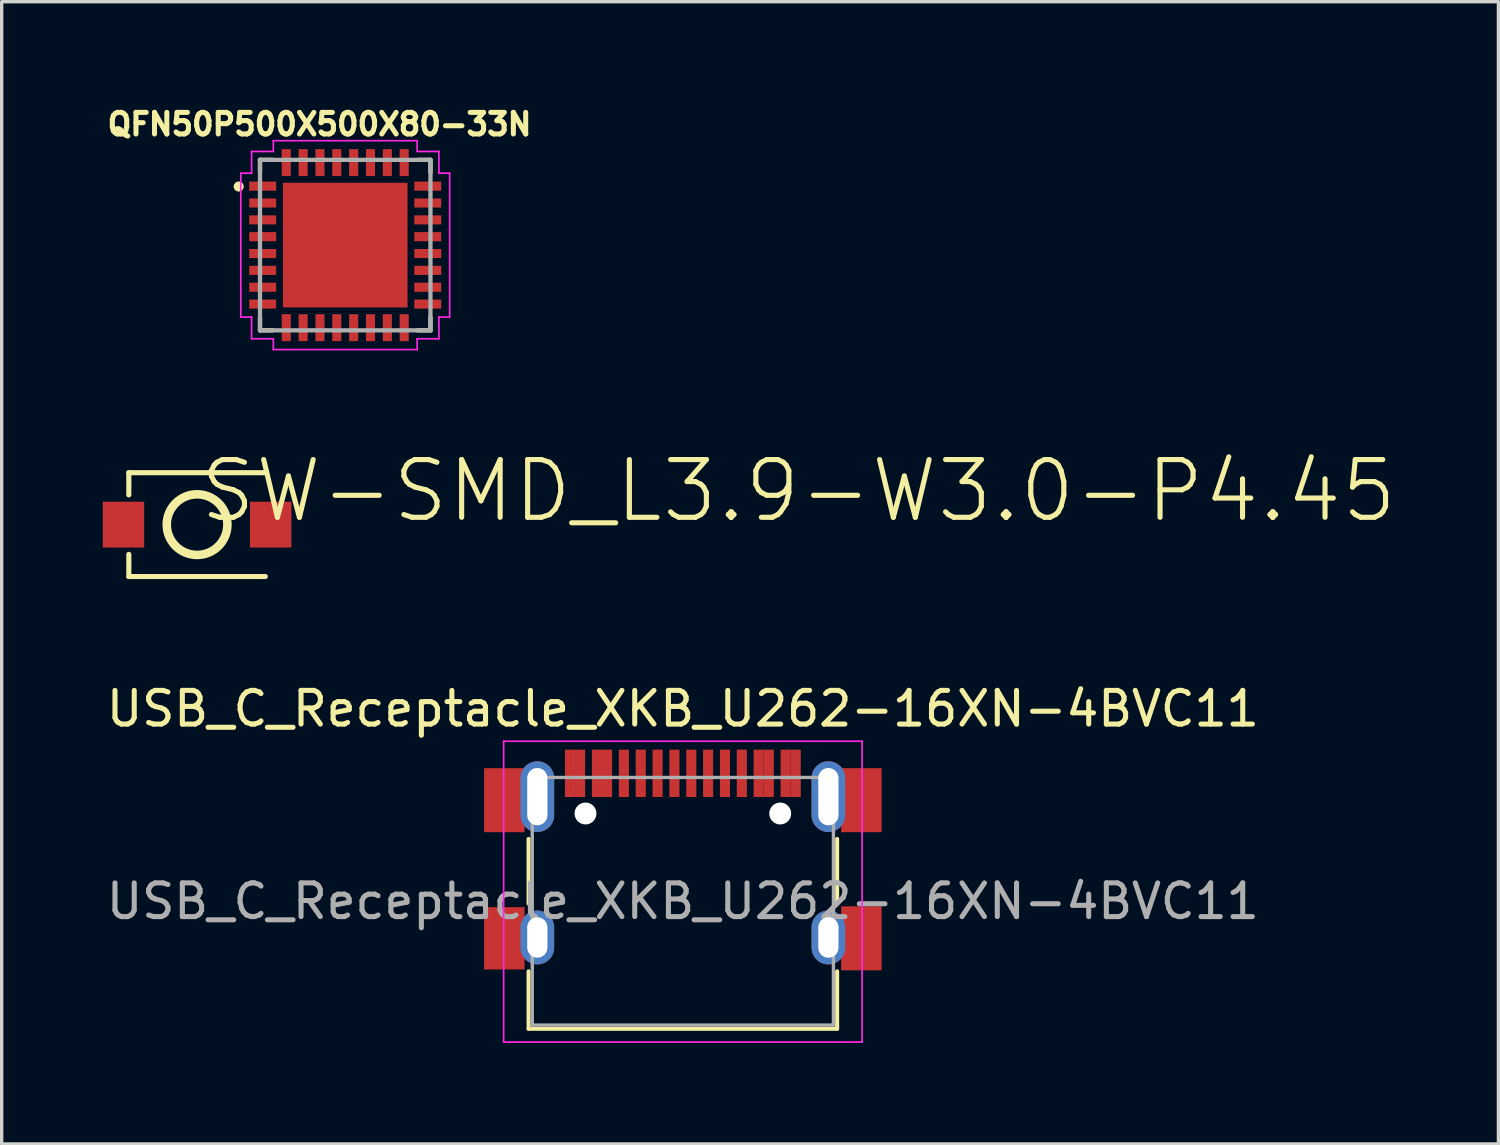
<source format=kicad_pcb>
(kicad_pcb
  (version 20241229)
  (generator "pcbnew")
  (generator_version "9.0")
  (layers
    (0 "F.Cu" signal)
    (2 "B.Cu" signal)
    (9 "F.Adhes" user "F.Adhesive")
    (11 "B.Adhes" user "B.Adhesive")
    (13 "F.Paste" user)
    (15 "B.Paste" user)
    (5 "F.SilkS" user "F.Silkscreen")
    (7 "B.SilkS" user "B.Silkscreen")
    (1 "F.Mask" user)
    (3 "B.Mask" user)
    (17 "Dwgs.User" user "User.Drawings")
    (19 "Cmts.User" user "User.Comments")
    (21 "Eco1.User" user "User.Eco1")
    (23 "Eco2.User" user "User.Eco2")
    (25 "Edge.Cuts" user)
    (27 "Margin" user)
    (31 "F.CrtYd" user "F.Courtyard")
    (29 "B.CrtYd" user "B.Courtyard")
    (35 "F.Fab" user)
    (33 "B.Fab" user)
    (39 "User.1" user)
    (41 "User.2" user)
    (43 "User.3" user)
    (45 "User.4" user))
  (footprint "QFN50P500X500X80-33N"
    (layer "F.Cu")
    (at 7.198 4.226)
    (property "Reference" "QFN50P500X500X80-33N" (at -0.763 -3.588 0) (layer "F.SilkS") (effects (font (size 0.641 0.641) (thickness 0.15))))
    (attr smd)
    (fp_line (start -2.53 -2.53) (end -2.156 -2.53) (stroke (width 0.127) (type solid)) (layer "F.SilkS"))
    (fp_line (start -2.53 -2.156) (end -2.53 -2.53) (stroke (width 0.127) (type solid)) (layer "F.SilkS"))
    (fp_line (start -2.53 2.53) (end -2.53 2.156) (stroke (width 0.127) (type solid)) (layer "F.SilkS"))
    (fp_line (start -2.156 2.53) (end -2.53 2.53) (stroke (width 0.127) (type solid)) (layer "F.SilkS"))
    (fp_line (start 2.156 -2.53) (end 2.53 -2.53) (stroke (width 0.127) (type solid)) (layer "F.SilkS"))
    (fp_line (start 2.53 -2.53) (end 2.53 -2.156) (stroke (width 0.127) (type solid)) (layer "F.SilkS"))
    (fp_line (start 2.53 2.156) (end 2.53 2.53) (stroke (width 0.127) (type solid)) (layer "F.SilkS"))
    (fp_line (start 2.53 2.53) (end 2.156 2.53) (stroke (width 0.127) (type solid)) (layer "F.SilkS"))
    (fp_circle (center -3.163 -1.739) (end -3.087 -1.739) (stroke (width 0.15) (type solid)) (fill no) (layer "F.SilkS"))
    (fp_poly (pts (xy -1.172 -1.17) (xy 1.17 -1.17) (xy 1.17 1.172) (xy -1.172 1.172)) (stroke (width 0.01) (type solid)) (fill yes) (layer "F.Paste"))
    (fp_line (start -3.1 -2.135) (end -2.78 -2.135) (stroke (width 0.05) (type solid)) (layer "F.CrtYd"))
    (fp_line (start -3.1 2.135) (end -3.1 -2.135) (stroke (width 0.05) (type solid)) (layer "F.CrtYd"))
    (fp_line (start -2.78 -2.78) (end -2.135 -2.78) (stroke (width 0.05) (type solid)) (layer "F.CrtYd"))
    (fp_line (start -2.78 -2.135) (end -2.78 -2.78) (stroke (width 0.05) (type solid)) (layer "F.CrtYd"))
    (fp_line (start -2.78 2.135) (end -3.1 2.135) (stroke (width 0.05) (type solid)) (layer "F.CrtYd"))
    (fp_line (start -2.78 2.78) (end -2.78 2.135) (stroke (width 0.05) (type solid)) (layer "F.CrtYd"))
    (fp_line (start -2.135 -3.1) (end 2.135 -3.1) (stroke (width 0.05) (type solid)) (layer "F.CrtYd"))
    (fp_line (start -2.135 -2.78) (end -2.135 -3.1) (stroke (width 0.05) (type solid)) (layer "F.CrtYd"))
    (fp_line (start -2.135 2.78) (end -2.78 2.78) (stroke (width 0.05) (type solid)) (layer "F.CrtYd"))
    (fp_line (start -2.135 3.1) (end -2.135 2.78) (stroke (width 0.05) (type solid)) (layer "F.CrtYd"))
    (fp_line (start 2.135 -3.1) (end 2.135 -2.78) (stroke (width 0.05) (type solid)) (layer "F.CrtYd"))
    (fp_line (start 2.135 -2.78) (end 2.78 -2.78) (stroke (width 0.05) (type solid)) (layer "F.CrtYd"))
    (fp_line (start 2.135 2.78) (end 2.135 3.1) (stroke (width 0.05) (type solid)) (layer "F.CrtYd"))
    (fp_line (start 2.135 3.1) (end -2.135 3.1) (stroke (width 0.05) (type solid)) (layer "F.CrtYd"))
    (fp_line (start 2.78 -2.78) (end 2.78 -2.135) (stroke (width 0.05) (type solid)) (layer "F.CrtYd"))
    (fp_line (start 2.78 -2.135) (end 3.1 -2.135) (stroke (width 0.05) (type solid)) (layer "F.CrtYd"))
    (fp_line (start 2.78 2.135) (end 2.78 2.78) (stroke (width 0.05) (type solid)) (layer "F.CrtYd"))
    (fp_line (start 2.78 2.78) (end 2.135 2.78) (stroke (width 0.05) (type solid)) (layer "F.CrtYd"))
    (fp_line (start 3.1 -2.135) (end 3.1 2.135) (stroke (width 0.05) (type solid)) (layer "F.CrtYd"))
    (fp_line (start 3.1 2.135) (end 2.78 2.135) (stroke (width 0.05) (type solid)) (layer "F.CrtYd"))
    (fp_line (start -2.53 -2.53) (end -2.53 2.53) (stroke (width 0.127) (type solid)) (layer "F.Fab"))
    (fp_line (start -2.53 2.53) (end 2.53 2.53) (stroke (width 0.127) (type solid)) (layer "F.Fab"))
    (fp_line (start 2.53 -2.53) (end -2.53 -2.53) (stroke (width 0.127) (type solid)) (layer "F.Fab"))
    (fp_line (start 2.53 2.53) (end 2.53 -2.53) (stroke (width 0.127) (type solid)) (layer "F.Fab"))
    (pad "1" smd roundrect (at -2.45 -1.75) (size 0.8 0.27) (layers "F.Cu" "F.Mask" "F.Paste") (roundrect_rratio 0.02))
    (pad "2" smd roundrect (at -2.45 -1.25) (size 0.8 0.27) (layers "F.Cu" "F.Mask" "F.Paste") (roundrect_rratio 0.02))
    (pad "3" smd roundrect (at -2.45 -0.75) (size 0.8 0.27) (layers "F.Cu" "F.Mask" "F.Paste") (roundrect_rratio 0.02))
    (pad "4" smd roundrect (at -2.45 -0.25) (size 0.8 0.27) (layers "F.Cu" "F.Mask" "F.Paste") (roundrect_rratio 0.02))
    (pad "5" smd roundrect (at -2.45 0.25) (size 0.8 0.27) (layers "F.Cu" "F.Mask" "F.Paste") (roundrect_rratio 0.02))
    (pad "6" smd roundrect (at -2.45 0.75) (size 0.8 0.27) (layers "F.Cu" "F.Mask" "F.Paste") (roundrect_rratio 0.02))
    (pad "7" smd roundrect (at -2.45 1.25) (size 0.8 0.27) (layers "F.Cu" "F.Mask" "F.Paste") (roundrect_rratio 0.02))
    (pad "8" smd roundrect (at -2.45 1.75) (size 0.8 0.27) (layers "F.Cu" "F.Mask" "F.Paste") (roundrect_rratio 0.02))
    (pad "9" smd roundrect (at -1.75 2.45 90) (size 0.8 0.27) (layers "F.Cu" "F.Mask" "F.Paste") (roundrect_rratio 0.02))
    (pad "10" smd roundrect (at -1.25 2.45 90) (size 0.8 0.27) (layers "F.Cu" "F.Mask" "F.Paste") (roundrect_rratio 0.02))
    (pad "11" smd roundrect (at -0.75 2.45 90) (size 0.8 0.27) (layers "F.Cu" "F.Mask" "F.Paste") (roundrect_rratio 0.02))
    (pad "12" smd roundrect (at -0.25 2.45 90) (size 0.8 0.27) (layers "F.Cu" "F.Mask" "F.Paste") (roundrect_rratio 0.02))
    (pad "13" smd roundrect (at 0.25 2.45 90) (size 0.8 0.27) (layers "F.Cu" "F.Mask" "F.Paste") (roundrect_rratio 0.02))
    (pad "14" smd roundrect (at 0.75 2.45 90) (size 0.8 0.27) (layers "F.Cu" "F.Mask" "F.Paste") (roundrect_rratio 0.02))
    (pad "15" smd roundrect (at 1.25 2.45 90) (size 0.8 0.27) (layers "F.Cu" "F.Mask" "F.Paste") (roundrect_rratio 0.02))
    (pad "16" smd roundrect (at 1.75 2.45 90) (size 0.8 0.27) (layers "F.Cu" "F.Mask" "F.Paste") (roundrect_rratio 0.02))
    (pad "17" smd roundrect (at 2.45 1.75 180) (size 0.8 0.27) (layers "F.Cu" "F.Mask" "F.Paste") (roundrect_rratio 0.02))
    (pad "18" smd roundrect (at 2.45 1.25 180) (size 0.8 0.27) (layers "F.Cu" "F.Mask" "F.Paste") (roundrect_rratio 0.02))
    (pad "19" smd roundrect (at 2.45 0.75 180) (size 0.8 0.27) (layers "F.Cu" "F.Mask" "F.Paste") (roundrect_rratio 0.02))
    (pad "20" smd roundrect (at 2.45 0.25 180) (size 0.8 0.27) (layers "F.Cu" "F.Mask" "F.Paste") (roundrect_rratio 0.02))
    (pad "21" smd roundrect (at 2.45 -0.25 180) (size 0.8 0.27) (layers "F.Cu" "F.Mask" "F.Paste") (roundrect_rratio 0.02))
    (pad "22" smd roundrect (at 2.45 -0.75 180) (size 0.8 0.27) (layers "F.Cu" "F.Mask" "F.Paste") (roundrect_rratio 0.02))
    (pad "23" smd roundrect (at 2.45 -1.25 180) (size 0.8 0.27) (layers "F.Cu" "F.Mask" "F.Paste") (roundrect_rratio 0.02))
    (pad "24" smd roundrect (at 2.45 -1.75 180) (size 0.8 0.27) (layers "F.Cu" "F.Mask" "F.Paste") (roundrect_rratio 0.02))
    (pad "25" smd roundrect (at 1.75 -2.45 270) (size 0.8 0.27) (layers "F.Cu" "F.Mask" "F.Paste") (roundrect_rratio 0.02))
    (pad "26" smd roundrect (at 1.25 -2.45 270) (size 0.8 0.27) (layers "F.Cu" "F.Mask" "F.Paste") (roundrect_rratio 0.02))
    (pad "27" smd roundrect (at 0.75 -2.45 270) (size 0.8 0.27) (layers "F.Cu" "F.Mask" "F.Paste") (roundrect_rratio 0.02))
    (pad "28" smd roundrect (at 0.25 -2.45 270) (size 0.8 0.27) (layers "F.Cu" "F.Mask" "F.Paste") (roundrect_rratio 0.02))
    (pad "29" smd roundrect (at -0.25 -2.45 270) (size 0.8 0.27) (layers "F.Cu" "F.Mask" "F.Paste") (roundrect_rratio 0.02))
    (pad "30" smd roundrect (at -0.75 -2.45 270) (size 0.8 0.27) (layers "F.Cu" "F.Mask" "F.Paste") (roundrect_rratio 0.02))
    (pad "31" smd roundrect (at -1.25 -2.45 270) (size 0.8 0.27) (layers "F.Cu" "F.Mask" "F.Paste") (roundrect_rratio 0.02))
    (pad "32" smd roundrect (at -1.75 -2.45 270) (size 0.8 0.27) (layers "F.Cu" "F.Mask" "F.Paste") (roundrect_rratio 0.02))
    (pad "33" smd rect (at 0 0) (size 3.7 3.7) (layers "F.Cu" "F.Mask")))
  (footprint "USB_C_Receptacle_XKB_U262-16XN-4BVC11"
    (layer "F.Cu")
    (at 17.22 23.703)
    (property "Reference" "USB_C_Receptacle_XKB_U262-16XN-4BVC11" (at 0 -5.715 0) (layer "F.SilkS") (effects (font (size 1 1) (thickness 0.15))))
    (attr smd)
    (fp_line (start -4.58 -1.85) (end -4.58 0.07) (stroke (width 0.12) (type solid)) (layer "F.SilkS"))
    (fp_line (start -4.58 3.785) (end -4.58 2.08) (stroke (width 0.12) (type solid)) (layer "F.SilkS"))
    (fp_line (start 4.58 0.07) (end 4.58 -1.85) (stroke (width 0.12) (type solid)) (layer "F.SilkS"))
    (fp_line (start 4.58 2.08) (end 4.58 3.785) (stroke (width 0.12) (type solid)) (layer "F.SilkS"))
    (fp_line (start 4.58 3.785) (end -4.58 3.785) (stroke (width 0.12) (type solid)) (layer "F.SilkS"))
    (fp_rect (start -5.85 -3.95) (end -3.95 -2.1) (stroke (width 0.12) (type solid)) (fill yes) (layer "F.Paste"))
    (fp_rect (start -5.85 0.15) (end -3.95 2) (stroke (width 0.12) (type solid)) (fill yes) (layer "F.Paste"))
    (fp_rect (start 3.95 0.15) (end 5.85 2) (stroke (width 0.12) (type solid)) (fill yes) (layer "F.Paste"))
    (fp_rect (start 4 -3.95) (end 5.9 -2.1) (stroke (width 0.12) (type solid)) (fill yes) (layer "F.Paste"))
    (fp_line (start -5.32 -4.75) (end 5.32 -4.75) (stroke (width 0.05) (type solid)) (layer "F.CrtYd"))
    (fp_line (start -5.32 4.18) (end -5.32 -4.75) (stroke (width 0.05) (type solid)) (layer "F.CrtYd"))
    (fp_line (start 5.32 -4.75) (end 5.32 4.18) (stroke (width 0.05) (type solid)) (layer "F.CrtYd"))
    (fp_line (start 5.32 4.18) (end -5.32 4.18) (stroke (width 0.05) (type solid)) (layer "F.CrtYd"))
    (fp_line (start -4.47 -3.675) (end -4.47 3.675) (stroke (width 0.1) (type solid)) (layer "F.Fab"))
    (fp_line (start -4.47 -3.675) (end 4.47 -3.675) (stroke (width 0.1) (type solid)) (layer "F.Fab"))
    (fp_line (start -4.47 3.675) (end 4.47 3.675) (stroke (width 0.1) (type solid)) (layer "F.Fab"))
    (fp_line (start 4.47 3.675) (end 4.47 -3.675) (stroke (width 0.1) (type solid)) (layer "F.Fab"))
    (fp_text user "${REFERENCE}" (at 0 0 0) (layer "F.Fab") (effects (font (size 1 1) (thickness 0.15))))
    (pad "" np_thru_hole circle (at -2.89 -2.605) (size 0.65 0.65) (drill 0.65) (layers "*.Cu" "*.Mask"))
    (pad "" np_thru_hole circle (at 2.89 -2.605) (size 0.65 0.65) (drill 0.65) (layers "*.Cu" "*.Mask"))
    (pad "A1" smd rect (at -3.35 -3.797) (size 0.3 1.405) (layers "F.Cu" "F.Mask" "F.Paste"))
    (pad "A4" smd rect (at -2.55 -3.797) (size 0.3 1.405) (layers "F.Cu" "F.Mask" "F.Paste"))
    (pad "A5" smd rect (at -1.25 -3.797) (size 0.3 1.405) (layers "F.Cu" "F.Mask" "F.Paste"))
    (pad "A6" smd rect (at -0.25 -3.797) (size 0.3 1.405) (layers "F.Cu" "F.Mask" "F.Paste"))
    (pad "A7" smd rect (at 0.25 -3.797) (size 0.3 1.405) (layers "F.Cu" "F.Mask" "F.Paste"))
    (pad "A8" smd rect (at 1.25 -3.797) (size 0.3 1.405) (layers "F.Cu" "F.Mask" "F.Paste"))
    (pad "A9" smd rect (at 2.55 -3.797) (size 0.3 1.405) (layers "F.Cu" "F.Mask" "F.Paste"))
    (pad "A12" smd rect (at 3.35 -3.797) (size 0.3 1.405) (layers "F.Cu" "F.Mask" "F.Paste"))
    (pad "B1" smd rect (at 3.05 -3.797) (size 0.3 1.405) (layers "F.Cu" "F.Mask" "F.Paste"))
    (pad "B4" smd rect (at 2.25 -3.797) (size 0.3 1.405) (layers "F.Cu" "F.Mask" "F.Paste"))
    (pad "B5" smd rect (at 1.75 -3.797) (size 0.3 1.405) (layers "F.Cu" "F.Mask" "F.Paste"))
    (pad "B6" smd rect (at 0.75 -3.797) (size 0.3 1.405) (layers "F.Cu" "F.Mask" "F.Paste"))
    (pad "B7" smd rect (at -0.75 -3.797) (size 0.3 1.405) (layers "F.Cu" "F.Mask" "F.Paste"))
    (pad "B8" smd rect (at -1.75 -3.797) (size 0.3 1.405) (layers "F.Cu" "F.Mask" "F.Paste"))
    (pad "B9" smd rect (at -2.25 -3.797) (size 0.3 1.405) (layers "F.Cu" "F.Mask" "F.Paste"))
    (pad "B12" smd rect (at -3.05 -3.797) (size 0.3 1.405) (layers "F.Cu" "F.Mask" "F.Paste"))
    (pad "S1" smd rect (at -5.3 -3) (size 1.2 1.9) (layers "F.Cu" "F.Mask" "F.Paste"))
    (pad "S1" smd rect (at -5.3 1.1) (size 1.2 1.85) (layers "F.Cu" "F.Mask" "F.Paste"))
    (pad "S1" thru_hole oval (at -4.32 -3.105) (size 1 2.1) (drill oval 0.6 1.7) (layers "*.Cu" "*.Mask"))
    (pad "S1" thru_hole oval (at -4.32 1.075) (size 1 1.6) (drill oval 0.6 1.2) (layers "*.Cu" "*.Mask"))
    (pad "S1" thru_hole oval (at 4.32 -3.105) (size 1 2.1) (drill oval 0.6 1.7) (layers "*.Cu" "*.Mask"))
    (pad "S1" thru_hole oval (at 4.32 1.075) (size 1 1.6) (drill oval 0.6 1.2) (layers "*.Cu" "*.Mask"))
    (pad "S1" smd rect (at 5.3 -3) (size 1.2 1.9) (layers "F.Cu" "F.Mask" "F.Paste"))
    (pad "S1" smd rect (at 5.3 1.1) (size 1.2 1.9) (layers "F.Cu" "F.Mask" "F.Paste")))
  (footprint "SW-SMD_L3.9-W3.0-P4.45"
    (layer "F.Cu")
    (at 2.8 12.523)
    (property "Reference" "SW-SMD_L3.9-W3.0-P4.45" (at 0 0 0) (unlocked yes) (layer "F.SilkS") (effects (font (size 1.714 1.714) (thickness 0.152)) (justify left bottom)))
    (fp_line (start -2.026 -1.541) (end 2.026 -1.541) (stroke (width 0.152) (type solid)) (layer "F.SilkS"))
    (fp_line (start -2.026 -0.883) (end -2.026 -1.541) (stroke (width 0.152) (type solid)) (layer "F.SilkS"))
    (fp_line (start -2.026 1.541) (end -2.026 0.883) (stroke (width 0.152) (type solid)) (layer "F.SilkS"))
    (fp_line (start -2.026 1.541) (end 2.026 1.541) (stroke (width 0.152) (type solid)) (layer "F.SilkS"))
    (fp_circle (center -0.000026 -0.000025) (end -0.000026 -0.9) (stroke (width 0.254) (type solid)) (fill no) (layer "F.SilkS"))
    (fp_line (start -1.95 -1.465) (end 1.95 -1.465) (stroke (width 0.051) (type solid)) (layer "Eco1.User"))
    (fp_line (start -1.95 1.465) (end -1.95 -1.465) (stroke (width 0.051) (type solid)) (layer "Eco1.User"))
    (fp_line (start -1.95 1.465) (end 1.95 1.465) (stroke (width 0.051) (type solid)) (layer "Eco1.User"))
    (fp_line (start 1.95 1.465) (end 1.95 -1.465) (stroke (width 0.051) (type solid)) (layer "Eco1.User"))
    (pad "1" smd rect (at -2.185 0) (size 1.23 1.36) (layers "F.Cu" "F.Mask" "F.Paste"))
    (pad "2" smd rect (at 2.185 0) (size 1.23 1.36) (layers "F.Cu" "F.Mask" "F.Paste")))
  (gr_rect
    (start -3 -3)
    (end 41.429 30.908)
    (stroke (width 0.1) (type default))
    (fill no)
    (layer "Edge.Cuts")))
</source>
